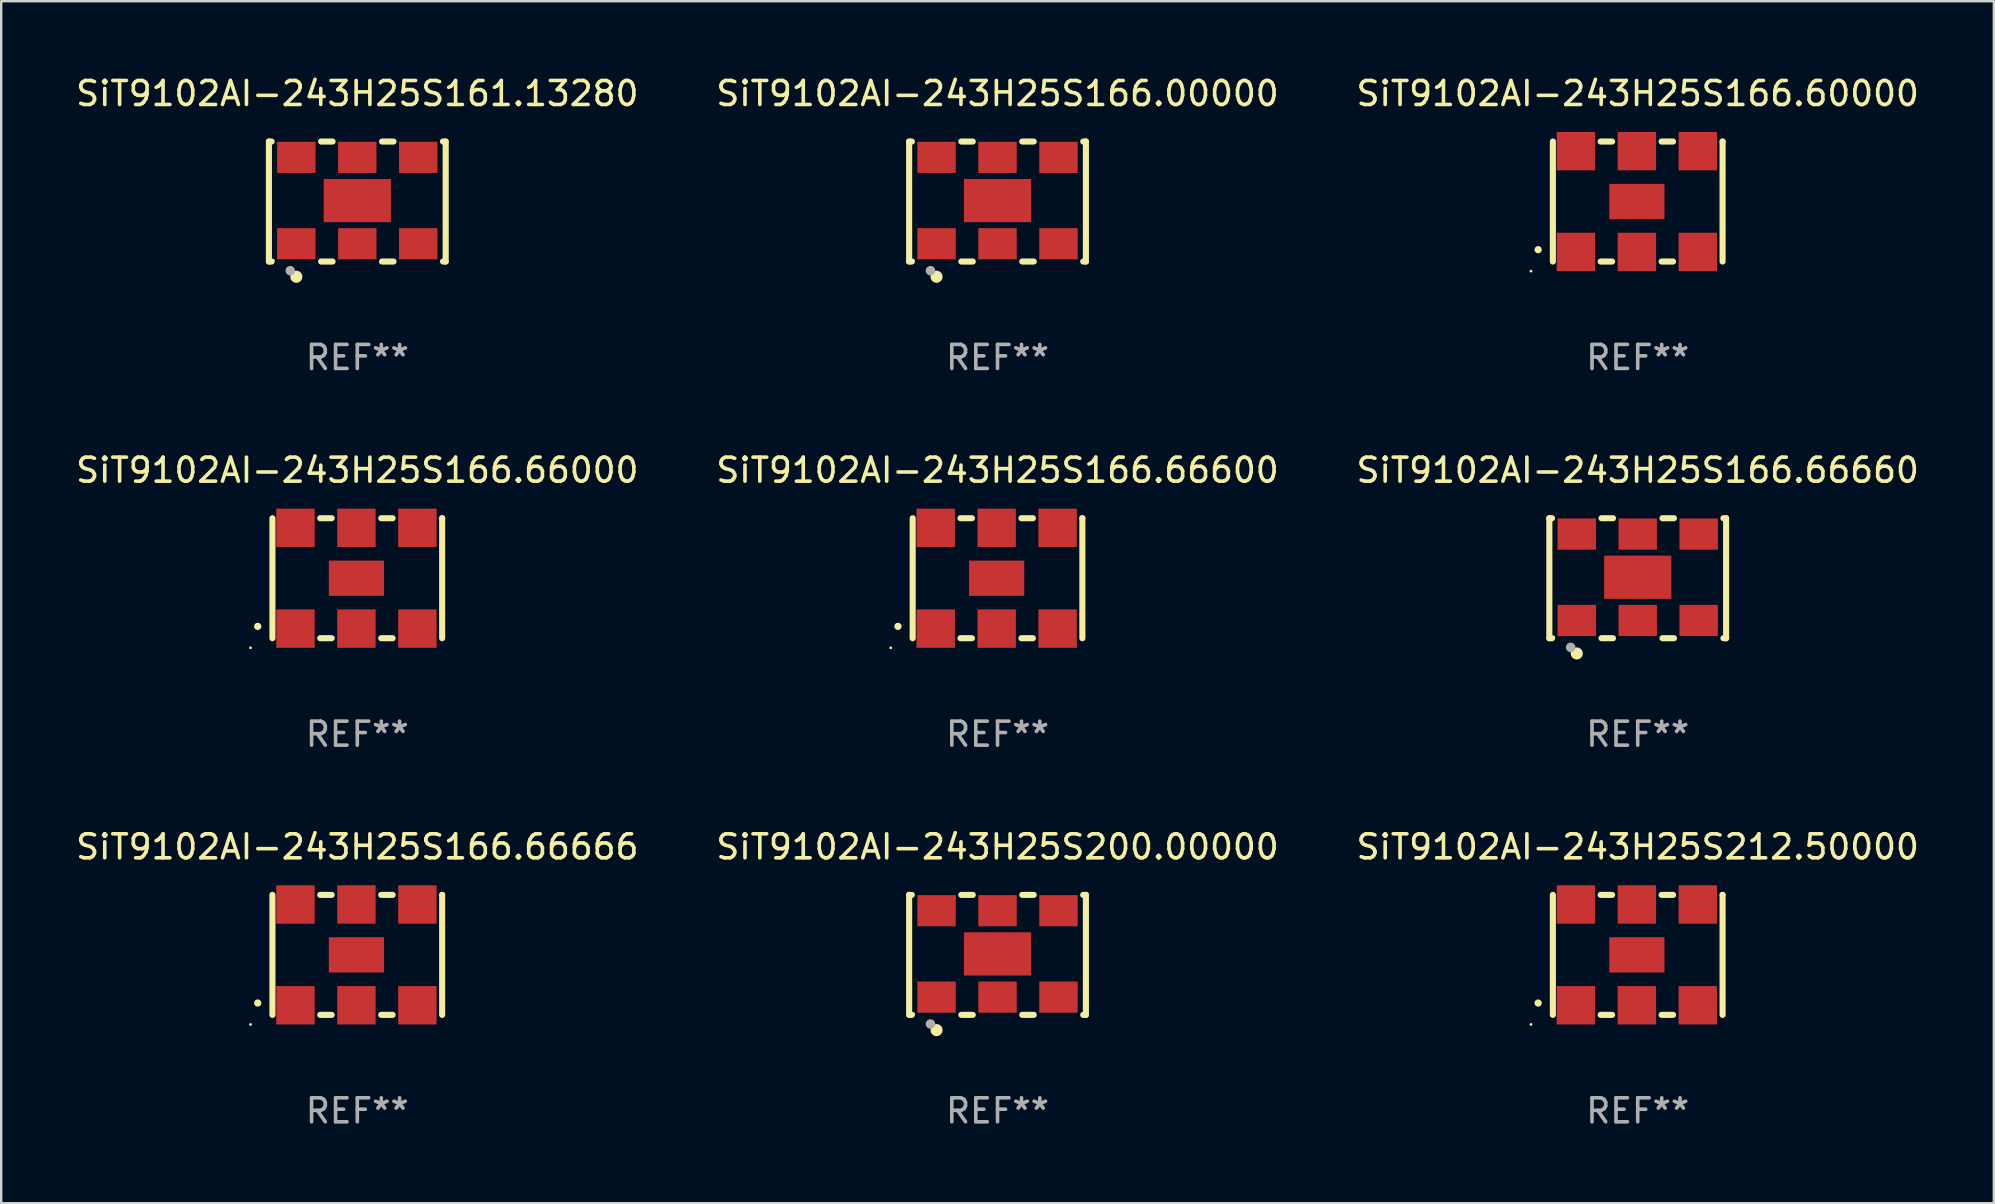
<source format=kicad_pcb>
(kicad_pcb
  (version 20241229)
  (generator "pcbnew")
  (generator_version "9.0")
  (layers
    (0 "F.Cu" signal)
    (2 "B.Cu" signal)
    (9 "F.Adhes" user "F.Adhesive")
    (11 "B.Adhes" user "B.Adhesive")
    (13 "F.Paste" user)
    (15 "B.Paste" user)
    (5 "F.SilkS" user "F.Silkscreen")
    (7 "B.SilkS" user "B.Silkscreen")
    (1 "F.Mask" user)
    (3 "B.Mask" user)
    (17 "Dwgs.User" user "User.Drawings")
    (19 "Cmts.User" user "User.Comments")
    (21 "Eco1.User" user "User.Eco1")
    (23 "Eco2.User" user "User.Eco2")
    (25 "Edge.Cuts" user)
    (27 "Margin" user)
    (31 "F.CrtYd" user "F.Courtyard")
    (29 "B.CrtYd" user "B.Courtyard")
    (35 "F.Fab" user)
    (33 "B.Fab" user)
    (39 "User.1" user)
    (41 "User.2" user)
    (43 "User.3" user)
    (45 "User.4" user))
  (footprint "SiT9102AI-243H25S166.66000"
    (layer "F.Cu")
    (at 11.839 21.045)
    (property "Reference" "SiT9102AI-243H25S166.66000" (at 0 -4.5 0) (layer "F.SilkS") (effects (font (size 1 1) (thickness 0.15))))
    (attr through_hole)
    (fp_line (start -3.536 -2.5) (end -3.536 2.5) (stroke (width 0.254) (type solid)) (layer "F.SilkS"))
    (fp_line (start -1.544 2.5) (end -1.067 2.5) (stroke (width 0.254) (type solid)) (layer "F.SilkS"))
    (fp_line (start -1.067 -2.5) (end -1.544 -2.5) (stroke (width 0.254) (type solid)) (layer "F.SilkS"))
    (fp_line (start 0.996 2.5) (end 1.473 2.5) (stroke (width 0.254) (type solid)) (layer "F.SilkS"))
    (fp_line (start 1.473 -2.5) (end 0.996 -2.5) (stroke (width 0.254) (type solid)) (layer "F.SilkS"))
    (fp_line (start 3.536 -2.5) (end 3.536 -2.5) (stroke (width 0.254) (type solid)) (layer "F.SilkS"))
    (fp_line (start 3.536 2.5) (end 3.536 -2.5) (stroke (width 0.254) (type solid)) (layer "F.SilkS"))
    (fp_arc (start -4.150432 2.006604) (mid -4.149162 2.006599) (end -4.147892 2.006604) (stroke (width 0.3) (type solid)) (layer "F.SilkS"))
    (fp_circle (center -4.449 2.9) (end -4.419 2.9) (stroke (width 0.06) (type solid)) (fill no) (layer "F.SilkS"))
    (fp_text user "REF**" (at 0 6.5 0) (layer "F.Fab") (effects (font (size 1 1) (thickness 0.15))))
    (pad "1" smd rect (at -2.576 2.1) (size 1.6 1.6) (layers "F.Cu" "F.Mask" "F.Paste"))
    (pad "2" smd rect (at -0.036 2.1) (size 1.6 1.6) (layers "F.Cu" "F.Mask" "F.Paste"))
    (pad "3" smd rect (at 2.504 2.1) (size 1.6 1.6) (layers "F.Cu" "F.Mask" "F.Paste"))
    (pad "4" smd rect (at 2.504 -2.1) (size 1.6 1.6) (layers "F.Cu" "F.Mask" "F.Paste"))
    (pad "5" smd rect (at -0.036 -2.1) (size 1.6 1.6) (layers "F.Cu" "F.Mask" "F.Paste"))
    (pad "6" smd rect (at -2.576 -2.1) (size 1.6 1.6) (layers "F.Cu" "F.Mask" "F.Paste"))
    (pad "7" smd rect (at -0.036 0) (size 2.3 1.47) (layers "F.Cu" "F.Mask" "F.Paste")))
  (footprint "SiT9102AI-243H25S166.66600"
    (layer "F.Cu")
    (at 38.518 21.045)
    (property "Reference" "SiT9102AI-243H25S166.66600" (at 0 -4.5 0) (layer "F.SilkS") (effects (font (size 1 1) (thickness 0.15))))
    (attr through_hole)
    (fp_line (start -3.536 -2.5) (end -3.536 2.5) (stroke (width 0.254) (type solid)) (layer "F.SilkS"))
    (fp_line (start -1.544 2.5) (end -1.067 2.5) (stroke (width 0.254) (type solid)) (layer "F.SilkS"))
    (fp_line (start -1.067 -2.5) (end -1.544 -2.5) (stroke (width 0.254) (type solid)) (layer "F.SilkS"))
    (fp_line (start 0.996 2.5) (end 1.473 2.5) (stroke (width 0.254) (type solid)) (layer "F.SilkS"))
    (fp_line (start 1.473 -2.5) (end 0.996 -2.5) (stroke (width 0.254) (type solid)) (layer "F.SilkS"))
    (fp_line (start 3.536 -2.5) (end 3.536 -2.5) (stroke (width 0.254) (type solid)) (layer "F.SilkS"))
    (fp_line (start 3.536 2.5) (end 3.536 -2.5) (stroke (width 0.254) (type solid)) (layer "F.SilkS"))
    (fp_arc (start -4.150432 2.006604) (mid -4.149162 2.006599) (end -4.147892 2.006604) (stroke (width 0.3) (type solid)) (layer "F.SilkS"))
    (fp_circle (center -4.449 2.9) (end -4.419 2.9) (stroke (width 0.06) (type solid)) (fill no) (layer "F.SilkS"))
    (fp_text user "REF**" (at 0 6.5 0) (layer "F.Fab") (effects (font (size 1 1) (thickness 0.15))))
    (pad "1" smd rect (at -2.576 2.1) (size 1.6 1.6) (layers "F.Cu" "F.Mask" "F.Paste"))
    (pad "2" smd rect (at -0.036 2.1) (size 1.6 1.6) (layers "F.Cu" "F.Mask" "F.Paste"))
    (pad "3" smd rect (at 2.504 2.1) (size 1.6 1.6) (layers "F.Cu" "F.Mask" "F.Paste"))
    (pad "4" smd rect (at 2.504 -2.1) (size 1.6 1.6) (layers "F.Cu" "F.Mask" "F.Paste"))
    (pad "5" smd rect (at -0.036 -2.1) (size 1.6 1.6) (layers "F.Cu" "F.Mask" "F.Paste"))
    (pad "6" smd rect (at -2.576 -2.1) (size 1.6 1.6) (layers "F.Cu" "F.Mask" "F.Paste"))
    (pad "7" smd rect (at -0.036 0) (size 2.3 1.47) (layers "F.Cu" "F.Mask" "F.Paste")))
  (footprint "SiT9102AI-243H25S161.13280"
    (layer "F.Cu")
    (at 11.839 5.348)
    (property "Reference" "SiT9102AI-243H25S161.13280" (at 0 -4.5 0) (layer "F.SilkS") (effects (font (size 1 1) (thickness 0.15))))
    (attr through_hole)
    (fp_line (start -3.683 -2.5) (end -3.571 -2.5) (stroke (width 0.254) (type solid)) (layer "F.SilkS"))
    (fp_line (start -3.683 2.5) (end -3.683 -2.5) (stroke (width 0.254) (type solid)) (layer "F.SilkS"))
    (fp_line (start -3.683 2.5) (end -3.571 2.5) (stroke (width 0.254) (type solid)) (layer "F.SilkS"))
    (fp_line (start -1.509 -2.5) (end -1.031 -2.5) (stroke (width 0.254) (type solid)) (layer "F.SilkS"))
    (fp_line (start -1.509 2.5) (end -1.031 2.5) (stroke (width 0.254) (type solid)) (layer "F.SilkS"))
    (fp_line (start 1.031 -2.5) (end 1.509 -2.5) (stroke (width 0.254) (type solid)) (layer "F.SilkS"))
    (fp_line (start 1.031 2.5) (end 1.509 2.5) (stroke (width 0.254) (type solid)) (layer "F.SilkS"))
    (fp_line (start 3.571 -2.5) (end 3.683 -2.5) (stroke (width 0.254) (type solid)) (layer "F.SilkS"))
    (fp_line (start 3.571 2.5) (end 3.683 2.5) (stroke (width 0.254) (type solid)) (layer "F.SilkS"))
    (fp_line (start 3.683 2.5) (end 3.683 -2.5) (stroke (width 0.254) (type solid)) (layer "F.SilkS"))
    (fp_circle (center -3.5 2.46) (end -3.47 2.46) (stroke (width 0.06) (type solid)) (fill no) (layer "F.SilkS"))
    (fp_circle (center -2.54 3.135) (end -2.413 3.135) (stroke (width 0.254) (type solid)) (fill no) (layer "F.SilkS"))
    (fp_circle (center -2.794 2.881) (end -2.694 2.881) (stroke (width 0.2) (type solid)) (fill no) (layer "F.Fab"))
    (fp_text user "REF**" (at 0 6.5 0) (layer "F.Fab") (effects (font (size 1 1) (thickness 0.15))))
    (pad "1" smd rect (at -2.54 1.76) (size 1.6 1.3) (layers "F.Cu" "F.Mask" "F.Paste"))
    (pad "2" smd rect (at 0 1.76) (size 1.6 1.3) (layers "F.Cu" "F.Mask" "F.Paste"))
    (pad "3" smd rect (at 2.54 1.76) (size 1.6 1.3) (layers "F.Cu" "F.Mask" "F.Paste"))
    (pad "4" smd rect (at 2.54 -1.84) (size 1.6 1.3) (layers "F.Cu" "F.Mask" "F.Paste"))
    (pad "5" smd rect (at 0 -1.84) (size 1.6 1.3) (layers "F.Cu" "F.Mask" "F.Paste"))
    (pad "6" smd rect (at -2.54 -1.84) (size 1.6 1.3) (layers "F.Cu" "F.Mask" "F.Paste"))
    (pad "7" smd rect (at 0 -0.04) (size 2.8 1.8) (layers "F.Cu" "F.Mask" "F.Paste")))
  (footprint "SiT9102AI-243H25S166.60000"
    (layer "F.Cu")
    (at 65.196 5.348)
    (property "Reference" "SiT9102AI-243H25S166.60000" (at 0 -4.5 0) (layer "F.SilkS") (effects (font (size 1 1) (thickness 0.15))))
    (attr through_hole)
    (fp_line (start -3.536 -2.5) (end -3.536 2.5) (stroke (width 0.254) (type solid)) (layer "F.SilkS"))
    (fp_line (start -1.544 2.5) (end -1.067 2.5) (stroke (width 0.254) (type solid)) (layer "F.SilkS"))
    (fp_line (start -1.067 -2.5) (end -1.544 -2.5) (stroke (width 0.254) (type solid)) (layer "F.SilkS"))
    (fp_line (start 0.996 2.5) (end 1.473 2.5) (stroke (width 0.254) (type solid)) (layer "F.SilkS"))
    (fp_line (start 1.473 -2.5) (end 0.996 -2.5) (stroke (width 0.254) (type solid)) (layer "F.SilkS"))
    (fp_line (start 3.536 -2.5) (end 3.536 -2.5) (stroke (width 0.254) (type solid)) (layer "F.SilkS"))
    (fp_line (start 3.536 2.5) (end 3.536 -2.5) (stroke (width 0.254) (type solid)) (layer "F.SilkS"))
    (fp_arc (start -4.150432 2.006604) (mid -4.149162 2.006599) (end -4.147892 2.006604) (stroke (width 0.3) (type solid)) (layer "F.SilkS"))
    (fp_circle (center -4.449 2.9) (end -4.419 2.9) (stroke (width 0.06) (type solid)) (fill no) (layer "F.SilkS"))
    (fp_text user "REF**" (at 0 6.5 0) (layer "F.Fab") (effects (font (size 1 1) (thickness 0.15))))
    (pad "1" smd rect (at -2.576 2.1) (size 1.6 1.6) (layers "F.Cu" "F.Mask" "F.Paste"))
    (pad "2" smd rect (at -0.036 2.1) (size 1.6 1.6) (layers "F.Cu" "F.Mask" "F.Paste"))
    (pad "3" smd rect (at 2.504 2.1) (size 1.6 1.6) (layers "F.Cu" "F.Mask" "F.Paste"))
    (pad "4" smd rect (at 2.504 -2.1) (size 1.6 1.6) (layers "F.Cu" "F.Mask" "F.Paste"))
    (pad "5" smd rect (at -0.036 -2.1) (size 1.6 1.6) (layers "F.Cu" "F.Mask" "F.Paste"))
    (pad "6" smd rect (at -2.576 -2.1) (size 1.6 1.6) (layers "F.Cu" "F.Mask" "F.Paste"))
    (pad "7" smd rect (at -0.036 0) (size 2.3 1.47) (layers "F.Cu" "F.Mask" "F.Paste")))
  (footprint "SiT9102AI-243H25S166.66666"
    (layer "F.Cu")
    (at 11.839 36.741)
    (property "Reference" "SiT9102AI-243H25S166.66666" (at 0 -4.5 0) (layer "F.SilkS") (effects (font (size 1 1) (thickness 0.15))))
    (attr through_hole)
    (fp_line (start -3.536 -2.5) (end -3.536 2.5) (stroke (width 0.254) (type solid)) (layer "F.SilkS"))
    (fp_line (start -1.544 2.5) (end -1.067 2.5) (stroke (width 0.254) (type solid)) (layer "F.SilkS"))
    (fp_line (start -1.067 -2.5) (end -1.544 -2.5) (stroke (width 0.254) (type solid)) (layer "F.SilkS"))
    (fp_line (start 0.996 2.5) (end 1.473 2.5) (stroke (width 0.254) (type solid)) (layer "F.SilkS"))
    (fp_line (start 1.473 -2.5) (end 0.996 -2.5) (stroke (width 0.254) (type solid)) (layer "F.SilkS"))
    (fp_line (start 3.536 -2.5) (end 3.536 -2.5) (stroke (width 0.254) (type solid)) (layer "F.SilkS"))
    (fp_line (start 3.536 2.5) (end 3.536 -2.5) (stroke (width 0.254) (type solid)) (layer "F.SilkS"))
    (fp_arc (start -4.150432 2.006604) (mid -4.149162 2.006599) (end -4.147892 2.006604) (stroke (width 0.3) (type solid)) (layer "F.SilkS"))
    (fp_circle (center -4.449 2.9) (end -4.419 2.9) (stroke (width 0.06) (type solid)) (fill no) (layer "F.SilkS"))
    (fp_text user "REF**" (at 0 6.5 0) (layer "F.Fab") (effects (font (size 1 1) (thickness 0.15))))
    (pad "1" smd rect (at -2.576 2.1) (size 1.6 1.6) (layers "F.Cu" "F.Mask" "F.Paste"))
    (pad "2" smd rect (at -0.036 2.1) (size 1.6 1.6) (layers "F.Cu" "F.Mask" "F.Paste"))
    (pad "3" smd rect (at 2.504 2.1) (size 1.6 1.6) (layers "F.Cu" "F.Mask" "F.Paste"))
    (pad "4" smd rect (at 2.504 -2.1) (size 1.6 1.6) (layers "F.Cu" "F.Mask" "F.Paste"))
    (pad "5" smd rect (at -0.036 -2.1) (size 1.6 1.6) (layers "F.Cu" "F.Mask" "F.Paste"))
    (pad "6" smd rect (at -2.576 -2.1) (size 1.6 1.6) (layers "F.Cu" "F.Mask" "F.Paste"))
    (pad "7" smd rect (at -0.036 0) (size 2.3 1.47) (layers "F.Cu" "F.Mask" "F.Paste")))
  (footprint "SiT9102AI-243H25S166.66660"
    (layer "F.Cu")
    (at 65.196 21.045)
    (property "Reference" "SiT9102AI-243H25S166.66660" (at 0 -4.5 0) (layer "F.SilkS") (effects (font (size 1 1) (thickness 0.15))))
    (attr through_hole)
    (fp_line (start -3.683 -2.5) (end -3.571 -2.5) (stroke (width 0.254) (type solid)) (layer "F.SilkS"))
    (fp_line (start -3.683 2.5) (end -3.683 -2.5) (stroke (width 0.254) (type solid)) (layer "F.SilkS"))
    (fp_line (start -3.683 2.5) (end -3.571 2.5) (stroke (width 0.254) (type solid)) (layer "F.SilkS"))
    (fp_line (start -1.509 -2.5) (end -1.031 -2.5) (stroke (width 0.254) (type solid)) (layer "F.SilkS"))
    (fp_line (start -1.509 2.5) (end -1.031 2.5) (stroke (width 0.254) (type solid)) (layer "F.SilkS"))
    (fp_line (start 1.031 -2.5) (end 1.509 -2.5) (stroke (width 0.254) (type solid)) (layer "F.SilkS"))
    (fp_line (start 1.031 2.5) (end 1.509 2.5) (stroke (width 0.254) (type solid)) (layer "F.SilkS"))
    (fp_line (start 3.571 -2.5) (end 3.683 -2.5) (stroke (width 0.254) (type solid)) (layer "F.SilkS"))
    (fp_line (start 3.571 2.5) (end 3.683 2.5) (stroke (width 0.254) (type solid)) (layer "F.SilkS"))
    (fp_line (start 3.683 2.5) (end 3.683 -2.5) (stroke (width 0.254) (type solid)) (layer "F.SilkS"))
    (fp_circle (center -3.5 2.46) (end -3.47 2.46) (stroke (width 0.06) (type solid)) (fill no) (layer "F.SilkS"))
    (fp_circle (center -2.54 3.135) (end -2.413 3.135) (stroke (width 0.254) (type solid)) (fill no) (layer "F.SilkS"))
    (fp_circle (center -2.794 2.881) (end -2.694 2.881) (stroke (width 0.2) (type solid)) (fill no) (layer "F.Fab"))
    (fp_text user "REF**" (at 0 6.5 0) (layer "F.Fab") (effects (font (size 1 1) (thickness 0.15))))
    (pad "1" smd rect (at -2.54 1.76) (size 1.6 1.3) (layers "F.Cu" "F.Mask" "F.Paste"))
    (pad "2" smd rect (at 0 1.76) (size 1.6 1.3) (layers "F.Cu" "F.Mask" "F.Paste"))
    (pad "3" smd rect (at 2.54 1.76) (size 1.6 1.3) (layers "F.Cu" "F.Mask" "F.Paste"))
    (pad "4" smd rect (at 2.54 -1.84) (size 1.6 1.3) (layers "F.Cu" "F.Mask" "F.Paste"))
    (pad "5" smd rect (at 0 -1.84) (size 1.6 1.3) (layers "F.Cu" "F.Mask" "F.Paste"))
    (pad "6" smd rect (at -2.54 -1.84) (size 1.6 1.3) (layers "F.Cu" "F.Mask" "F.Paste"))
    (pad "7" smd rect (at 0 -0.04) (size 2.8 1.8) (layers "F.Cu" "F.Mask" "F.Paste")))
  (footprint "SiT9102AI-243H25S200.00000"
    (layer "F.Cu")
    (at 38.518 36.741)
    (property "Reference" "SiT9102AI-243H25S200.00000" (at 0 -4.5 0) (layer "F.SilkS") (effects (font (size 1 1) (thickness 0.15))))
    (attr through_hole)
    (fp_line (start -3.683 -2.5) (end -3.571 -2.5) (stroke (width 0.254) (type solid)) (layer "F.SilkS"))
    (fp_line (start -3.683 2.5) (end -3.683 -2.5) (stroke (width 0.254) (type solid)) (layer "F.SilkS"))
    (fp_line (start -3.683 2.5) (end -3.571 2.5) (stroke (width 0.254) (type solid)) (layer "F.SilkS"))
    (fp_line (start -1.509 -2.5) (end -1.031 -2.5) (stroke (width 0.254) (type solid)) (layer "F.SilkS"))
    (fp_line (start -1.509 2.5) (end -1.031 2.5) (stroke (width 0.254) (type solid)) (layer "F.SilkS"))
    (fp_line (start 1.031 -2.5) (end 1.509 -2.5) (stroke (width 0.254) (type solid)) (layer "F.SilkS"))
    (fp_line (start 1.031 2.5) (end 1.509 2.5) (stroke (width 0.254) (type solid)) (layer "F.SilkS"))
    (fp_line (start 3.571 -2.5) (end 3.683 -2.5) (stroke (width 0.254) (type solid)) (layer "F.SilkS"))
    (fp_line (start 3.571 2.5) (end 3.683 2.5) (stroke (width 0.254) (type solid)) (layer "F.SilkS"))
    (fp_line (start 3.683 2.5) (end 3.683 -2.5) (stroke (width 0.254) (type solid)) (layer "F.SilkS"))
    (fp_circle (center -3.5 2.46) (end -3.47 2.46) (stroke (width 0.06) (type solid)) (fill no) (layer "F.SilkS"))
    (fp_circle (center -2.54 3.135) (end -2.413 3.135) (stroke (width 0.254) (type solid)) (fill no) (layer "F.SilkS"))
    (fp_circle (center -2.794 2.881) (end -2.694 2.881) (stroke (width 0.2) (type solid)) (fill no) (layer "F.Fab"))
    (fp_text user "REF**" (at 0 6.5 0) (layer "F.Fab") (effects (font (size 1 1) (thickness 0.15))))
    (pad "1" smd rect (at -2.54 1.76) (size 1.6 1.3) (layers "F.Cu" "F.Mask" "F.Paste"))
    (pad "2" smd rect (at 0 1.76) (size 1.6 1.3) (layers "F.Cu" "F.Mask" "F.Paste"))
    (pad "3" smd rect (at 2.54 1.76) (size 1.6 1.3) (layers "F.Cu" "F.Mask" "F.Paste"))
    (pad "4" smd rect (at 2.54 -1.84) (size 1.6 1.3) (layers "F.Cu" "F.Mask" "F.Paste"))
    (pad "5" smd rect (at 0 -1.84) (size 1.6 1.3) (layers "F.Cu" "F.Mask" "F.Paste"))
    (pad "6" smd rect (at -2.54 -1.84) (size 1.6 1.3) (layers "F.Cu" "F.Mask" "F.Paste"))
    (pad "7" smd rect (at 0 -0.04) (size 2.8 1.8) (layers "F.Cu" "F.Mask" "F.Paste")))
  (footprint "SiT9102AI-243H25S166.00000"
    (layer "F.Cu")
    (at 38.518 5.348)
    (property "Reference" "SiT9102AI-243H25S166.00000" (at 0 -4.5 0) (layer "F.SilkS") (effects (font (size 1 1) (thickness 0.15))))
    (attr through_hole)
    (fp_line (start -3.683 -2.5) (end -3.571 -2.5) (stroke (width 0.254) (type solid)) (layer "F.SilkS"))
    (fp_line (start -3.683 2.5) (end -3.683 -2.5) (stroke (width 0.254) (type solid)) (layer "F.SilkS"))
    (fp_line (start -3.683 2.5) (end -3.571 2.5) (stroke (width 0.254) (type solid)) (layer "F.SilkS"))
    (fp_line (start -1.509 -2.5) (end -1.031 -2.5) (stroke (width 0.254) (type solid)) (layer "F.SilkS"))
    (fp_line (start -1.509 2.5) (end -1.031 2.5) (stroke (width 0.254) (type solid)) (layer "F.SilkS"))
    (fp_line (start 1.031 -2.5) (end 1.509 -2.5) (stroke (width 0.254) (type solid)) (layer "F.SilkS"))
    (fp_line (start 1.031 2.5) (end 1.509 2.5) (stroke (width 0.254) (type solid)) (layer "F.SilkS"))
    (fp_line (start 3.571 -2.5) (end 3.683 -2.5) (stroke (width 0.254) (type solid)) (layer "F.SilkS"))
    (fp_line (start 3.571 2.5) (end 3.683 2.5) (stroke (width 0.254) (type solid)) (layer "F.SilkS"))
    (fp_line (start 3.683 2.5) (end 3.683 -2.5) (stroke (width 0.254) (type solid)) (layer "F.SilkS"))
    (fp_circle (center -3.5 2.46) (end -3.47 2.46) (stroke (width 0.06) (type solid)) (fill no) (layer "F.SilkS"))
    (fp_circle (center -2.54 3.135) (end -2.413 3.135) (stroke (width 0.254) (type solid)) (fill no) (layer "F.SilkS"))
    (fp_circle (center -2.794 2.881) (end -2.694 2.881) (stroke (width 0.2) (type solid)) (fill no) (layer "F.Fab"))
    (fp_text user "REF**" (at 0 6.5 0) (layer "F.Fab") (effects (font (size 1 1) (thickness 0.15))))
    (pad "1" smd rect (at -2.54 1.76) (size 1.6 1.3) (layers "F.Cu" "F.Mask" "F.Paste"))
    (pad "2" smd rect (at 0 1.76) (size 1.6 1.3) (layers "F.Cu" "F.Mask" "F.Paste"))
    (pad "3" smd rect (at 2.54 1.76) (size 1.6 1.3) (layers "F.Cu" "F.Mask" "F.Paste"))
    (pad "4" smd rect (at 2.54 -1.84) (size 1.6 1.3) (layers "F.Cu" "F.Mask" "F.Paste"))
    (pad "5" smd rect (at 0 -1.84) (size 1.6 1.3) (layers "F.Cu" "F.Mask" "F.Paste"))
    (pad "6" smd rect (at -2.54 -1.84) (size 1.6 1.3) (layers "F.Cu" "F.Mask" "F.Paste"))
    (pad "7" smd rect (at 0 -0.04) (size 2.8 1.8) (layers "F.Cu" "F.Mask" "F.Paste")))
  (footprint "SiT9102AI-243H25S212.50000"
    (layer "F.Cu")
    (at 65.196 36.741)
    (property "Reference" "SiT9102AI-243H25S212.50000" (at 0 -4.5 0) (layer "F.SilkS") (effects (font (size 1 1) (thickness 0.15))))
    (attr through_hole)
    (fp_line (start -3.536 -2.5) (end -3.536 2.5) (stroke (width 0.254) (type solid)) (layer "F.SilkS"))
    (fp_line (start -1.544 2.5) (end -1.067 2.5) (stroke (width 0.254) (type solid)) (layer "F.SilkS"))
    (fp_line (start -1.067 -2.5) (end -1.544 -2.5) (stroke (width 0.254) (type solid)) (layer "F.SilkS"))
    (fp_line (start 0.996 2.5) (end 1.473 2.5) (stroke (width 0.254) (type solid)) (layer "F.SilkS"))
    (fp_line (start 1.473 -2.5) (end 0.996 -2.5) (stroke (width 0.254) (type solid)) (layer "F.SilkS"))
    (fp_line (start 3.536 -2.5) (end 3.536 -2.5) (stroke (width 0.254) (type solid)) (layer "F.SilkS"))
    (fp_line (start 3.536 2.5) (end 3.536 -2.5) (stroke (width 0.254) (type solid)) (layer "F.SilkS"))
    (fp_arc (start -4.150432 2.006604) (mid -4.149162 2.006599) (end -4.147892 2.006604) (stroke (width 0.3) (type solid)) (layer "F.SilkS"))
    (fp_circle (center -4.449 2.9) (end -4.419 2.9) (stroke (width 0.06) (type solid)) (fill no) (layer "F.SilkS"))
    (fp_text user "REF**" (at 0 6.5 0) (layer "F.Fab") (effects (font (size 1 1) (thickness 0.15))))
    (pad "1" smd rect (at -2.576 2.1) (size 1.6 1.6) (layers "F.Cu" "F.Mask" "F.Paste"))
    (pad "2" smd rect (at -0.036 2.1) (size 1.6 1.6) (layers "F.Cu" "F.Mask" "F.Paste"))
    (pad "3" smd rect (at 2.504 2.1) (size 1.6 1.6) (layers "F.Cu" "F.Mask" "F.Paste"))
    (pad "4" smd rect (at 2.504 -2.1) (size 1.6 1.6) (layers "F.Cu" "F.Mask" "F.Paste"))
    (pad "5" smd rect (at -0.036 -2.1) (size 1.6 1.6) (layers "F.Cu" "F.Mask" "F.Paste"))
    (pad "6" smd rect (at -2.576 -2.1) (size 1.6 1.6) (layers "F.Cu" "F.Mask" "F.Paste"))
    (pad "7" smd rect (at -0.036 0) (size 2.3 1.47) (layers "F.Cu" "F.Mask" "F.Paste")))
  (gr_rect
    (start -3 -3)
    (end 80.036 47.09)
    (stroke (width 0.1) (type default))
    (fill no)
    (layer "Edge.Cuts")))
</source>
